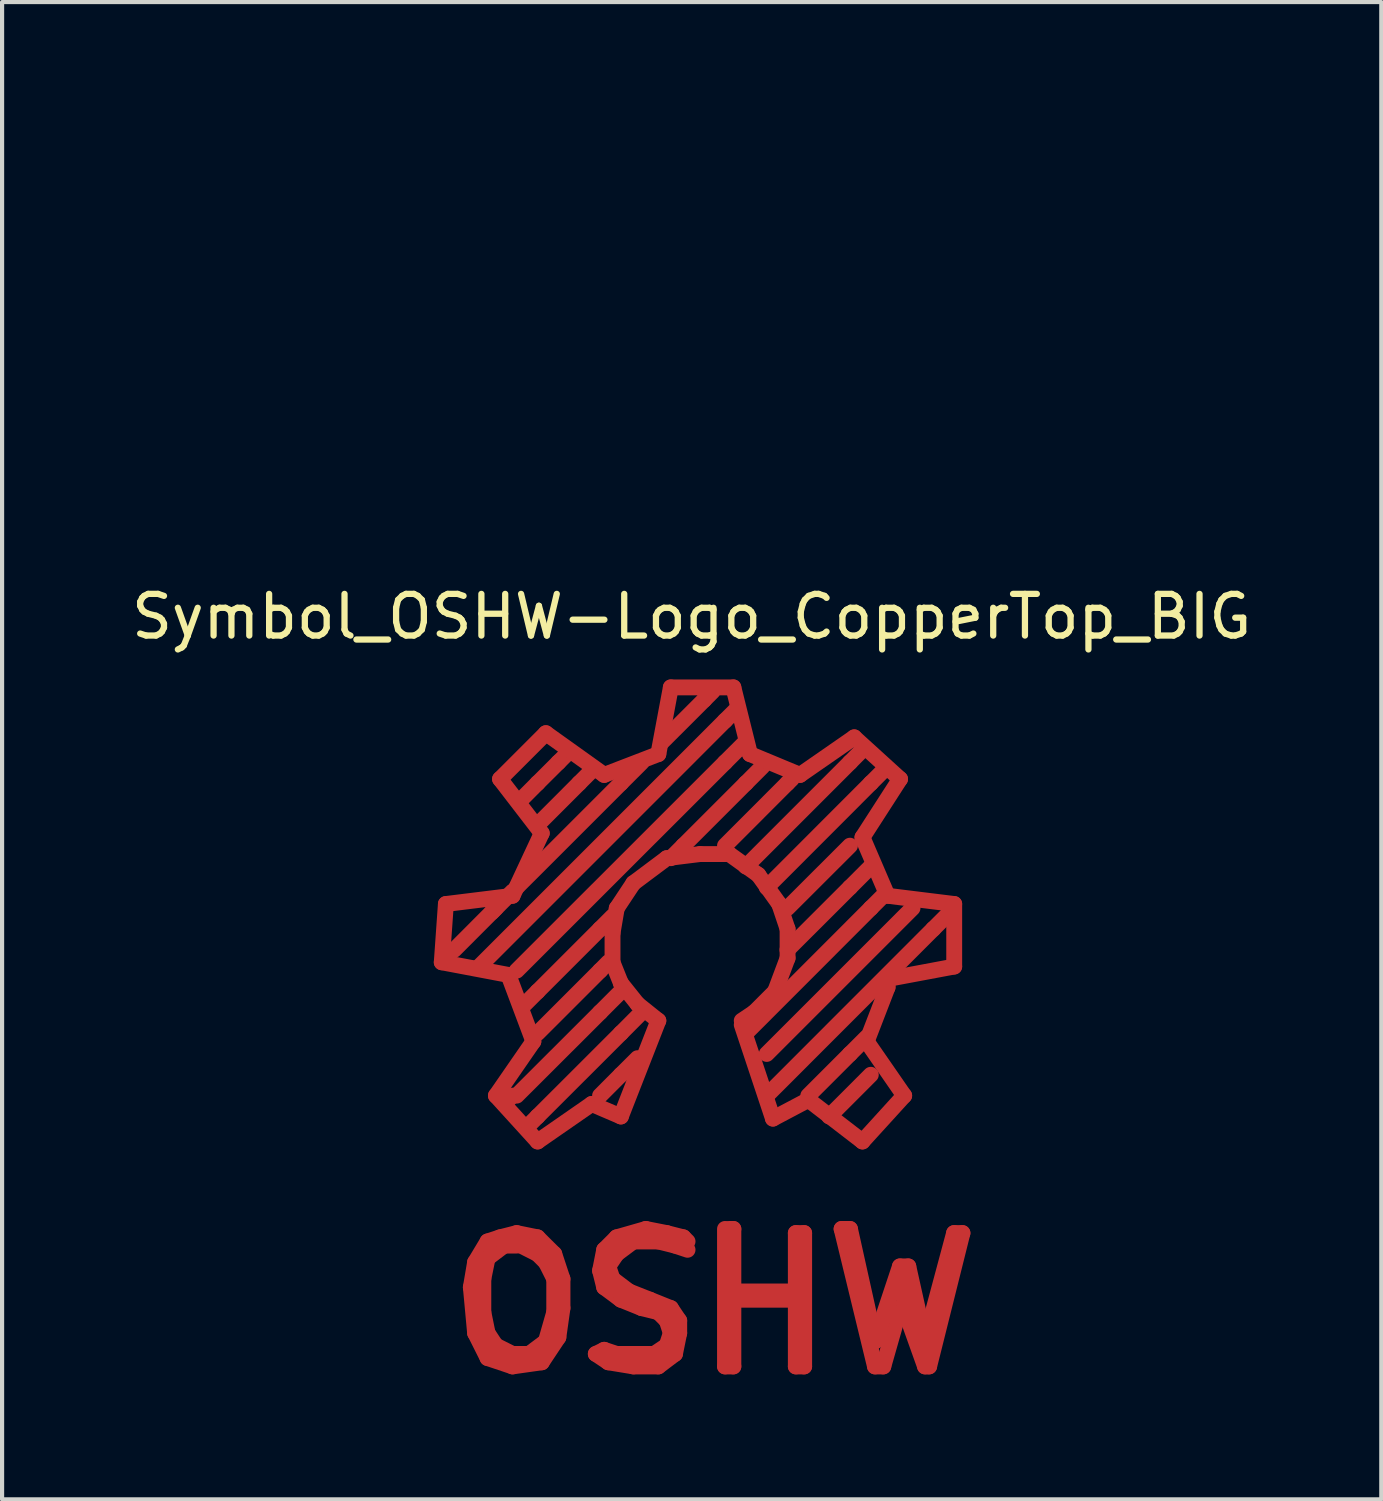
<source format=kicad_pcb>
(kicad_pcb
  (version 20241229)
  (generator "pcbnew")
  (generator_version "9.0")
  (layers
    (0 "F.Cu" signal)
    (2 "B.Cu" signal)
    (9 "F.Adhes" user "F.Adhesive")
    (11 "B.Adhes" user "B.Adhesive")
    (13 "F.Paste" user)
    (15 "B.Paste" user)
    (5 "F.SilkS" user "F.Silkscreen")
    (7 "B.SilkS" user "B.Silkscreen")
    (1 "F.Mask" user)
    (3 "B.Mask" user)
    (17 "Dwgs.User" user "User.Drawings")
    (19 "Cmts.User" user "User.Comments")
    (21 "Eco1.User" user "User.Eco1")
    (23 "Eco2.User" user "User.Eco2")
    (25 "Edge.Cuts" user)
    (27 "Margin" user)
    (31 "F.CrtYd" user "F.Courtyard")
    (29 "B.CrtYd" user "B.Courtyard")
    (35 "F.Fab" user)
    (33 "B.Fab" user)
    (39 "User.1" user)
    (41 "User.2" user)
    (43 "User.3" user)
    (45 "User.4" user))
  (footprint "Symbol_OSHW-Logo_CopperTop_BIG"
    (layer "F.Cu")
    (at 13.853 0.25)
    (property "Reference" "Symbol_OSHW-Logo_CopperTop_BIG" (at -0.3 11.501 0) (layer "F.SilkS") (effects (font (size 1 1) (thickness 0.15))))
    (attr through_hole)
    (fp_line (start -6.299 19.799) (end -4.699 20.102) (stroke (width 0.381) (type solid)) (layer "F.Cu"))
    (fp_line (start -6.2 18.4) (end -6.299 19.799) (stroke (width 0.381) (type solid)) (layer "F.Cu"))
    (fp_line (start -5.601 27.6) (end -5.499 28.699) (stroke (width 0.381) (type solid)) (layer "F.Cu"))
    (fp_line (start -5.499 27) (end -5.601 27.6) (stroke (width 0.381) (type solid)) (layer "F.Cu"))
    (fp_line (start -5.499 28.699) (end -5.199 29.299) (stroke (width 0.381) (type solid)) (layer "F.Cu"))
    (fp_line (start -5.301 27.399) (end -5.301 28.199) (stroke (width 0.381) (type solid)) (layer "F.Cu"))
    (fp_line (start -5.301 28.199) (end -5.199 28.699) (stroke (width 0.381) (type solid)) (layer "F.Cu"))
    (fp_line (start -5.199 26.5) (end -5.499 27) (stroke (width 0.381) (type solid)) (layer "F.Cu"))
    (fp_line (start -5.199 26.901) (end -5.301 27.399) (stroke (width 0.381) (type solid)) (layer "F.Cu"))
    (fp_line (start -5.199 28.699) (end -5.001 28.999) (stroke (width 0.381) (type solid)) (layer "F.Cu"))
    (fp_line (start -5.199 29.299) (end -4.6 29.5) (stroke (width 0.381) (type solid)) (layer "F.Cu"))
    (fp_line (start -5.1 18.6) (end -4.6 18.1) (stroke (width 0.381) (type solid)) (layer "F.Cu"))
    (fp_line (start -5.001 18.499) (end -5.999 19.5) (stroke (width 0.381) (type solid)) (layer "F.Cu"))
    (fp_line (start -5.001 28.999) (end -4.6 29.2) (stroke (width 0.381) (type solid)) (layer "F.Cu"))
    (fp_line (start -4.999 23) (end -3.998 24.1) (stroke (width 0.381) (type solid)) (layer "F.Cu"))
    (fp_line (start -4.9 15.4) (end -3.899 16.701) (stroke (width 0.381) (type solid)) (layer "F.Cu"))
    (fp_line (start -4.9 26.401) (end -5.199 26.5) (stroke (width 0.381) (type solid)) (layer "F.Cu"))
    (fp_line (start -4.801 26.599) (end -5.199 26.901) (stroke (width 0.381) (type solid)) (layer "F.Cu"))
    (fp_line (start -4.699 20.102) (end -4.1 21.699) (stroke (width 0.381) (type solid)) (layer "F.Cu"))
    (fp_line (start -4.6 18.202) (end -6.2 18.4) (stroke (width 0.381) (type solid)) (layer "F.Cu"))
    (fp_line (start -4.6 23) (end -4.801 23.2) (stroke (width 0.381) (type solid)) (layer "F.Cu"))
    (fp_line (start -4.6 29.2) (end -4.201 29.2) (stroke (width 0.381) (type solid)) (layer "F.Cu"))
    (fp_line (start -4.6 29.5) (end -3.899 29.401) (stroke (width 0.381) (type solid)) (layer "F.Cu"))
    (fp_line (start -4.501 26.299) (end -4.9 26.401) (stroke (width 0.381) (type solid)) (layer "F.Cu"))
    (fp_line (start -4.501 26.599) (end -4.801 26.599) (stroke (width 0.381) (type solid)) (layer "F.Cu"))
    (fp_line (start -4.201 29.2) (end -3.8 28.9) (stroke (width 0.381) (type solid)) (layer "F.Cu"))
    (fp_line (start -4.1 21.699) (end -4.999 23) (stroke (width 0.381) (type solid)) (layer "F.Cu"))
    (fp_line (start -4 15.499) (end -4.399 15.9) (stroke (width 0.381) (type solid)) (layer "F.Cu"))
    (fp_line (start -4 20.5) (end -4.3 20.8) (stroke (width 0.381) (type solid)) (layer "F.Cu"))
    (fp_line (start -4 23.5) (end -4.201 23.701) (stroke (width 0.381) (type solid)) (layer "F.Cu"))
    (fp_line (start -4 26.401) (end -4.501 26.299) (stroke (width 0.381) (type solid)) (layer "F.Cu"))
    (fp_line (start -4 26.8) (end -4.399 26.599) (stroke (width 0.381) (type solid)) (layer "F.Cu"))
    (fp_line (start -3.998 24.1) (end -2.7 23.2) (stroke (width 0.381) (type solid)) (layer "F.Cu"))
    (fp_line (start -3.899 16.701) (end -4.6 18.202) (stroke (width 0.381) (type solid)) (layer "F.Cu"))
    (fp_line (start -3.899 29.401) (end -3.5 28.801) (stroke (width 0.381) (type solid)) (layer "F.Cu"))
    (fp_line (start -3.8 14.3) (end -4.9 15.4) (stroke (width 0.381) (type solid)) (layer "F.Cu"))
    (fp_line (start -3.8 27) (end -4 26.8) (stroke (width 0.381) (type solid)) (layer "F.Cu"))
    (fp_line (start -3.8 28.9) (end -3.599 28.199) (stroke (width 0.381) (type solid)) (layer "F.Cu"))
    (fp_line (start -3.599 26.8) (end -4 26.401) (stroke (width 0.381) (type solid)) (layer "F.Cu"))
    (fp_line (start -3.599 27.399) (end -3.8 27) (stroke (width 0.381) (type solid)) (layer "F.Cu"))
    (fp_line (start -3.599 28.199) (end -3.599 27.399) (stroke (width 0.381) (type solid)) (layer "F.Cu"))
    (fp_line (start -3.5 15.001) (end -4 15.499) (stroke (width 0.381) (type solid)) (layer "F.Cu"))
    (fp_line (start -3.5 15.001) (end -3.299 14.801) (stroke (width 0.381) (type solid)) (layer "F.Cu"))
    (fp_line (start -3.5 28.801) (end -3.401 28.1) (stroke (width 0.381) (type solid)) (layer "F.Cu"))
    (fp_line (start -3.401 27.399) (end -3.599 26.8) (stroke (width 0.381) (type solid)) (layer "F.Cu"))
    (fp_line (start -3.401 28.1) (end -3.401 27.399) (stroke (width 0.381) (type solid)) (layer "F.Cu"))
    (fp_line (start -3 15.499) (end -4 16.5) (stroke (width 0.381) (type solid)) (layer "F.Cu"))
    (fp_line (start -3 15.499) (end -2.7 15.199) (stroke (width 0.381) (type solid)) (layer "F.Cu"))
    (fp_line (start -2.7 23.2) (end -1.999 23.5) (stroke (width 0.381) (type solid)) (layer "F.Cu"))
    (fp_line (start -2.601 29.2) (end -2.301 29.401) (stroke (width 0.381) (type solid)) (layer "F.Cu"))
    (fp_line (start -2.499 18.999) (end -4 20.5) (stroke (width 0.381) (type solid)) (layer "F.Cu"))
    (fp_line (start -2.499 18.999) (end -2.2 18.699) (stroke (width 0.381) (type solid)) (layer "F.Cu"))
    (fp_line (start -2.499 20) (end -4 21.501) (stroke (width 0.381) (type solid)) (layer "F.Cu"))
    (fp_line (start -2.499 20) (end -2.301 19.799) (stroke (width 0.381) (type solid)) (layer "F.Cu"))
    (fp_line (start -2.499 21.001) (end -4.501 23) (stroke (width 0.381) (type solid)) (layer "F.Cu"))
    (fp_line (start -2.499 21.001) (end -1.999 20.5) (stroke (width 0.381) (type solid)) (layer "F.Cu"))
    (fp_line (start -2.499 27.201) (end -2.4 27.6) (stroke (width 0.381) (type solid)) (layer "F.Cu"))
    (fp_line (start -2.4 15.301) (end -3.8 14.3) (stroke (width 0.381) (type solid)) (layer "F.Cu"))
    (fp_line (start -2.4 26.7) (end -2.499 27.201) (stroke (width 0.381) (type solid)) (layer "F.Cu"))
    (fp_line (start -2.4 27.6) (end -1.999 27.899) (stroke (width 0.381) (type solid)) (layer "F.Cu"))
    (fp_line (start -2.4 29.101) (end -2.601 29.2) (stroke (width 0.381) (type solid)) (layer "F.Cu"))
    (fp_line (start -2.301 27.099) (end -2.101 26.8) (stroke (width 0.381) (type solid)) (layer "F.Cu"))
    (fp_line (start -2.301 29.401) (end -1.699 29.5) (stroke (width 0.381) (type solid)) (layer "F.Cu"))
    (fp_line (start -2.2 19.101) (end -2.098 18.501) (stroke (width 0.381) (type solid)) (layer "F.Cu"))
    (fp_line (start -2.2 19.799) (end -2.2 19.101) (stroke (width 0.381) (type solid)) (layer "F.Cu"))
    (fp_line (start -2.2 27.399) (end -2.301 27.099) (stroke (width 0.381) (type solid)) (layer "F.Cu"))
    (fp_line (start -2.101 26.401) (end -2.4 26.7) (stroke (width 0.381) (type solid)) (layer "F.Cu"))
    (fp_line (start -2.101 26.8) (end -1.699 26.5) (stroke (width 0.381) (type solid)) (layer "F.Cu"))
    (fp_line (start -2.101 29.2) (end -2.4 29.101) (stroke (width 0.381) (type solid)) (layer "F.Cu"))
    (fp_line (start -2.098 18.501) (end -1.699 17.899) (stroke (width 0.381) (type solid)) (layer "F.Cu"))
    (fp_line (start -1.999 15.499) (end -4.501 18.001) (stroke (width 0.381) (type solid)) (layer "F.Cu"))
    (fp_line (start -1.999 15.499) (end -1.501 15.001) (stroke (width 0.381) (type solid)) (layer "F.Cu"))
    (fp_line (start -1.999 20.3) (end -2.2 19.799) (stroke (width 0.381) (type solid)) (layer "F.Cu"))
    (fp_line (start -1.999 21.501) (end -4 23.5) (stroke (width 0.381) (type solid)) (layer "F.Cu"))
    (fp_line (start -1.999 21.501) (end -1.501 21.001) (stroke (width 0.381) (type solid)) (layer "F.Cu"))
    (fp_line (start -1.999 22.499) (end -2.499 23) (stroke (width 0.381) (type solid)) (layer "F.Cu"))
    (fp_line (start -1.999 22.499) (end -1.6 22.101) (stroke (width 0.381) (type solid)) (layer "F.Cu"))
    (fp_line (start -1.999 23.5) (end -1.1 21.201) (stroke (width 0.381) (type solid)) (layer "F.Cu"))
    (fp_line (start -1.999 27.899) (end -1.501 28.1) (stroke (width 0.381) (type solid)) (layer "F.Cu"))
    (fp_line (start -1.801 27.701) (end -2.2 27.399) (stroke (width 0.381) (type solid)) (layer "F.Cu"))
    (fp_line (start -1.699 17.899) (end -0.899 17.3) (stroke (width 0.381) (type solid)) (layer "F.Cu"))
    (fp_line (start -1.699 26.5) (end -1.1 26.5) (stroke (width 0.381) (type solid)) (layer "F.Cu"))
    (fp_line (start -1.699 29.5) (end -1.1 29.5) (stroke (width 0.381) (type solid)) (layer "F.Cu"))
    (fp_line (start -1.6 20.8) (end -1.999 20.3) (stroke (width 0.381) (type solid)) (layer "F.Cu"))
    (fp_line (start -1.6 29.2) (end -2.101 29.2) (stroke (width 0.381) (type solid)) (layer "F.Cu"))
    (fp_line (start -1.501 28.1) (end -1.1 28.199) (stroke (width 0.381) (type solid)) (layer "F.Cu"))
    (fp_line (start -1.4 26.2) (end -2.101 26.401) (stroke (width 0.381) (type solid)) (layer "F.Cu"))
    (fp_line (start -1.3 27.899) (end -1.801 27.701) (stroke (width 0.381) (type solid)) (layer "F.Cu"))
    (fp_line (start -1.199 29.2) (end -1.6 29.2) (stroke (width 0.381) (type solid)) (layer "F.Cu"))
    (fp_line (start -1.1 14.801) (end -2.4 15.301) (stroke (width 0.381) (type solid)) (layer "F.Cu"))
    (fp_line (start -1.1 21.201) (end -1.6 20.8) (stroke (width 0.381) (type solid)) (layer "F.Cu"))
    (fp_line (start -1.1 26.5) (end -0.701 26.599) (stroke (width 0.381) (type solid)) (layer "F.Cu"))
    (fp_line (start -1.1 28.199) (end -0.899 28.4) (stroke (width 0.381) (type solid)) (layer "F.Cu"))
    (fp_line (start -1.1 29.5) (end -0.701 29.2) (stroke (width 0.381) (type solid)) (layer "F.Cu"))
    (fp_line (start -0.899 17.3) (end -0.099 17.201) (stroke (width 0.381) (type solid)) (layer "F.Cu"))
    (fp_line (start -0.899 26.299) (end -1.4 26.2) (stroke (width 0.381) (type solid)) (layer "F.Cu"))
    (fp_line (start -0.899 28.4) (end -0.8 28.699) (stroke (width 0.381) (type solid)) (layer "F.Cu"))
    (fp_line (start -0.899 28.999) (end -1.199 29.2) (stroke (width 0.381) (type solid)) (layer "F.Cu"))
    (fp_line (start -0.8 13.2) (end -1.1 14.801) (stroke (width 0.381) (type solid)) (layer "F.Cu"))
    (fp_line (start -0.8 28.1) (end -1.3 27.899) (stroke (width 0.381) (type solid)) (layer "F.Cu"))
    (fp_line (start -0.8 28.699) (end -0.899 28.999) (stroke (width 0.381) (type solid)) (layer "F.Cu"))
    (fp_line (start -0.701 26.599) (end -0.399 26.7) (stroke (width 0.381) (type solid)) (layer "F.Cu"))
    (fp_line (start -0.701 29.2) (end -0.599 28.699) (stroke (width 0.381) (type solid)) (layer "F.Cu"))
    (fp_line (start -0.599 28.4) (end -0.8 28.1) (stroke (width 0.381) (type solid)) (layer "F.Cu"))
    (fp_line (start -0.599 28.699) (end -0.599 28.4) (stroke (width 0.381) (type solid)) (layer "F.Cu"))
    (fp_line (start -0.5 17) (end -0.8 17.3) (stroke (width 0.381) (type solid)) (layer "F.Cu"))
    (fp_line (start -0.5 26.401) (end -0.899 26.299) (stroke (width 0.381) (type solid)) (layer "F.Cu"))
    (fp_line (start -0.399 26.5) (end -0.5 26.401) (stroke (width 0.381) (type solid)) (layer "F.Cu"))
    (fp_line (start -0.099 17.201) (end 0.602 17.201) (stroke (width 0.381) (type solid)) (layer "F.Cu"))
    (fp_line (start 0 13.5) (end -1.001 14.501) (stroke (width 0.381) (type solid)) (layer "F.Cu"))
    (fp_line (start 0 13.5) (end 0.201 13.299) (stroke (width 0.381) (type solid)) (layer "F.Cu"))
    (fp_line (start 0.5 14) (end -5.4 19.901) (stroke (width 0.381) (type solid)) (layer "F.Cu"))
    (fp_line (start 0.5 14) (end 0.8 13.701) (stroke (width 0.381) (type solid)) (layer "F.Cu"))
    (fp_line (start 0.5 15.001) (end -4.501 20) (stroke (width 0.381) (type solid)) (layer "F.Cu"))
    (fp_line (start 0.5 15.001) (end 1.001 14.501) (stroke (width 0.381) (type solid)) (layer "F.Cu"))
    (fp_line (start 0.5 26.2) (end 0.5 29.5) (stroke (width 0.381) (type solid)) (layer "F.Cu"))
    (fp_line (start 0.5 29.5) (end 0.701 29.5) (stroke (width 0.381) (type solid)) (layer "F.Cu"))
    (fp_line (start 0.599 27.701) (end 2.101 27.701) (stroke (width 0.381) (type solid)) (layer "F.Cu"))
    (fp_line (start 0.602 17.201) (end 1.3 17.701) (stroke (width 0.381) (type solid)) (layer "F.Cu"))
    (fp_line (start 0.701 13.2) (end -0.8 13.2) (stroke (width 0.381) (type solid)) (layer "F.Cu"))
    (fp_line (start 0.701 26.2) (end 0.599 26.2) (stroke (width 0.381) (type solid)) (layer "F.Cu"))
    (fp_line (start 0.701 29.5) (end 0.701 26.2) (stroke (width 0.381) (type solid)) (layer "F.Cu"))
    (fp_line (start 0.902 21.3) (end 1.651 23.551) (stroke (width 0.381) (type solid)) (layer "F.Cu"))
    (fp_line (start 1.001 15.499) (end -0.5 17) (stroke (width 0.381) (type solid)) (layer "F.Cu"))
    (fp_line (start 1.001 15.499) (end 1.4 15.1) (stroke (width 0.381) (type solid)) (layer "F.Cu"))
    (fp_line (start 1.1 14.801) (end 0.701 13.2) (stroke (width 0.381) (type solid)) (layer "F.Cu"))
    (fp_line (start 1.201 21.001) (end 0.902 21.201) (stroke (width 0.381) (type solid)) (layer "F.Cu"))
    (fp_line (start 1.3 17.701) (end 1.801 18.4) (stroke (width 0.381) (type solid)) (layer "F.Cu"))
    (fp_line (start 1.651 23.551) (end 2.502 23.101) (stroke (width 0.381) (type solid)) (layer "F.Cu"))
    (fp_line (start 1.702 20.5) (end 1.201 21.001) (stroke (width 0.381) (type solid)) (layer "F.Cu"))
    (fp_line (start 1.801 18.4) (end 2.002 18.999) (stroke (width 0.381) (type solid)) (layer "F.Cu"))
    (fp_line (start 1.999 15.499) (end 0.5 17) (stroke (width 0.381) (type solid)) (layer "F.Cu"))
    (fp_line (start 1.999 15.499) (end 2.101 15.4) (stroke (width 0.381) (type solid)) (layer "F.Cu"))
    (fp_line (start 2.002 18.999) (end 2.002 19.7) (stroke (width 0.381) (type solid)) (layer "F.Cu"))
    (fp_line (start 2.002 19.7) (end 1.702 20.5) (stroke (width 0.381) (type solid)) (layer "F.Cu"))
    (fp_line (start 2.101 27.701) (end 2.101 27.899) (stroke (width 0.381) (type solid)) (layer "F.Cu"))
    (fp_line (start 2.101 27.899) (end 0.701 27.899) (stroke (width 0.381) (type solid)) (layer "F.Cu"))
    (fp_line (start 2.2 26.299) (end 2.2 29.5) (stroke (width 0.381) (type solid)) (layer "F.Cu"))
    (fp_line (start 2.2 29.5) (end 2.4 29.5) (stroke (width 0.381) (type solid)) (layer "F.Cu"))
    (fp_line (start 2.301 15.301) (end 1.1 14.801) (stroke (width 0.381) (type solid)) (layer "F.Cu"))
    (fp_line (start 2.4 26.299) (end 2.2 26.299) (stroke (width 0.381) (type solid)) (layer "F.Cu"))
    (fp_line (start 2.4 29.5) (end 2.4 26.299) (stroke (width 0.381) (type solid)) (layer "F.Cu"))
    (fp_line (start 2.502 23.101) (end 3.8 24.1) (stroke (width 0.381) (type solid)) (layer "F.Cu"))
    (fp_line (start 3.299 26.2) (end 4.1 29.5) (stroke (width 0.381) (type solid)) (layer "F.Cu"))
    (fp_line (start 3.5 15.001) (end 1.001 17.501) (stroke (width 0.381) (type solid)) (layer "F.Cu"))
    (fp_line (start 3.5 15.001) (end 3.8 14.699) (stroke (width 0.381) (type solid)) (layer "F.Cu"))
    (fp_line (start 3.5 17) (end 1.999 18.499) (stroke (width 0.381) (type solid)) (layer "F.Cu"))
    (fp_line (start 3.5 18.001) (end 1.999 19.5) (stroke (width 0.381) (type solid)) (layer "F.Cu"))
    (fp_line (start 3.5 18.001) (end 4 17.501) (stroke (width 0.381) (type solid)) (layer "F.Cu"))
    (fp_line (start 3.5 21.999) (end 2.499 23) (stroke (width 0.381) (type solid)) (layer "F.Cu"))
    (fp_line (start 3.5 21.999) (end 3.899 21.6) (stroke (width 0.381) (type solid)) (layer "F.Cu"))
    (fp_line (start 3.5 26.2) (end 3.299 26.2) (stroke (width 0.381) (type solid)) (layer "F.Cu"))
    (fp_line (start 3.602 14.399) (end 2.301 15.301) (stroke (width 0.381) (type solid)) (layer "F.Cu"))
    (fp_line (start 3.8 16.8) (end 4.702 15.4) (stroke (width 0.381) (type solid)) (layer "F.Cu"))
    (fp_line (start 3.8 24.1) (end 4.801 23) (stroke (width 0.381) (type solid)) (layer "F.Cu"))
    (fp_line (start 3.901 21.699) (end 4.402 20.401) (stroke (width 0.381) (type solid)) (layer "F.Cu"))
    (fp_line (start 4 15.499) (end 1.501 18.001) (stroke (width 0.381) (type solid)) (layer "F.Cu"))
    (fp_line (start 4 15.499) (end 4.3 15.199) (stroke (width 0.381) (type solid)) (layer "F.Cu"))
    (fp_line (start 4 18.499) (end 1.001 21.501) (stroke (width 0.381) (type solid)) (layer "F.Cu"))
    (fp_line (start 4 18.499) (end 4.3 18.199) (stroke (width 0.381) (type solid)) (layer "F.Cu"))
    (fp_line (start 4 22.499) (end 3 23.5) (stroke (width 0.381) (type solid)) (layer "F.Cu"))
    (fp_line (start 4.1 28.9) (end 3.5 26.2) (stroke (width 0.381) (type solid)) (layer "F.Cu"))
    (fp_line (start 4.1 29.5) (end 4.3 29.5) (stroke (width 0.381) (type solid)) (layer "F.Cu"))
    (fp_line (start 4.3 29.5) (end 4.699 28.1) (stroke (width 0.381) (type solid)) (layer "F.Cu"))
    (fp_line (start 4.402 18.202) (end 3.8 16.8) (stroke (width 0.381) (type solid)) (layer "F.Cu"))
    (fp_line (start 4.402 20.201) (end 6.002 19.901) (stroke (width 0.381) (type solid)) (layer "F.Cu"))
    (fp_line (start 4.402 20.401) (end 4.402 20.201) (stroke (width 0.381) (type solid)) (layer "F.Cu"))
    (fp_line (start 4.699 27.099) (end 4.1 28.9) (stroke (width 0.381) (type solid)) (layer "F.Cu"))
    (fp_line (start 4.699 28.1) (end 4.801 28.1) (stroke (width 0.381) (type solid)) (layer "F.Cu"))
    (fp_line (start 4.702 15.4) (end 3.602 14.399) (stroke (width 0.381) (type solid)) (layer "F.Cu"))
    (fp_line (start 4.801 23) (end 3.901 21.699) (stroke (width 0.381) (type solid)) (layer "F.Cu"))
    (fp_line (start 4.801 27.3) (end 4.801 27.899) (stroke (width 0.381) (type solid)) (layer "F.Cu"))
    (fp_line (start 4.801 28.1) (end 5.301 29.5) (stroke (width 0.381) (type solid)) (layer "F.Cu"))
    (fp_line (start 4.9 27.099) (end 4.699 27.099) (stroke (width 0.381) (type solid)) (layer "F.Cu"))
    (fp_line (start 5.001 18.499) (end 1.501 21.999) (stroke (width 0.381) (type solid)) (layer "F.Cu"))
    (fp_line (start 5.301 28.9) (end 4.9 27.099) (stroke (width 0.381) (type solid)) (layer "F.Cu"))
    (fp_line (start 5.301 29.5) (end 5.4 29.5) (stroke (width 0.381) (type solid)) (layer "F.Cu"))
    (fp_line (start 5.4 29.5) (end 6.2 26.299) (stroke (width 0.381) (type solid)) (layer "F.Cu"))
    (fp_line (start 5.499 18.999) (end 1.501 23) (stroke (width 0.381) (type solid)) (layer "F.Cu"))
    (fp_line (start 5.499 18.999) (end 5.9 18.6) (stroke (width 0.381) (type solid)) (layer "F.Cu"))
    (fp_line (start 5.999 26.299) (end 5.301 28.9) (stroke (width 0.381) (type solid)) (layer "F.Cu"))
    (fp_line (start 6.002 18.4) (end 4.402 18.202) (stroke (width 0.381) (type solid)) (layer "F.Cu"))
    (fp_line (start 6.002 19.901) (end 6.002 18.4) (stroke (width 0.381) (type solid)) (layer "F.Cu"))
    (fp_line (start 6.2 26.299) (end 5.999 26.299) (stroke (width 0.381) (type solid)) (layer "F.Cu")))
  (gr_rect
    (start -3 -3)
    (end 30.107 32.94)
    (stroke (width 0.1) (type default))
    (fill no)
    (layer "Edge.Cuts")))
</source>
